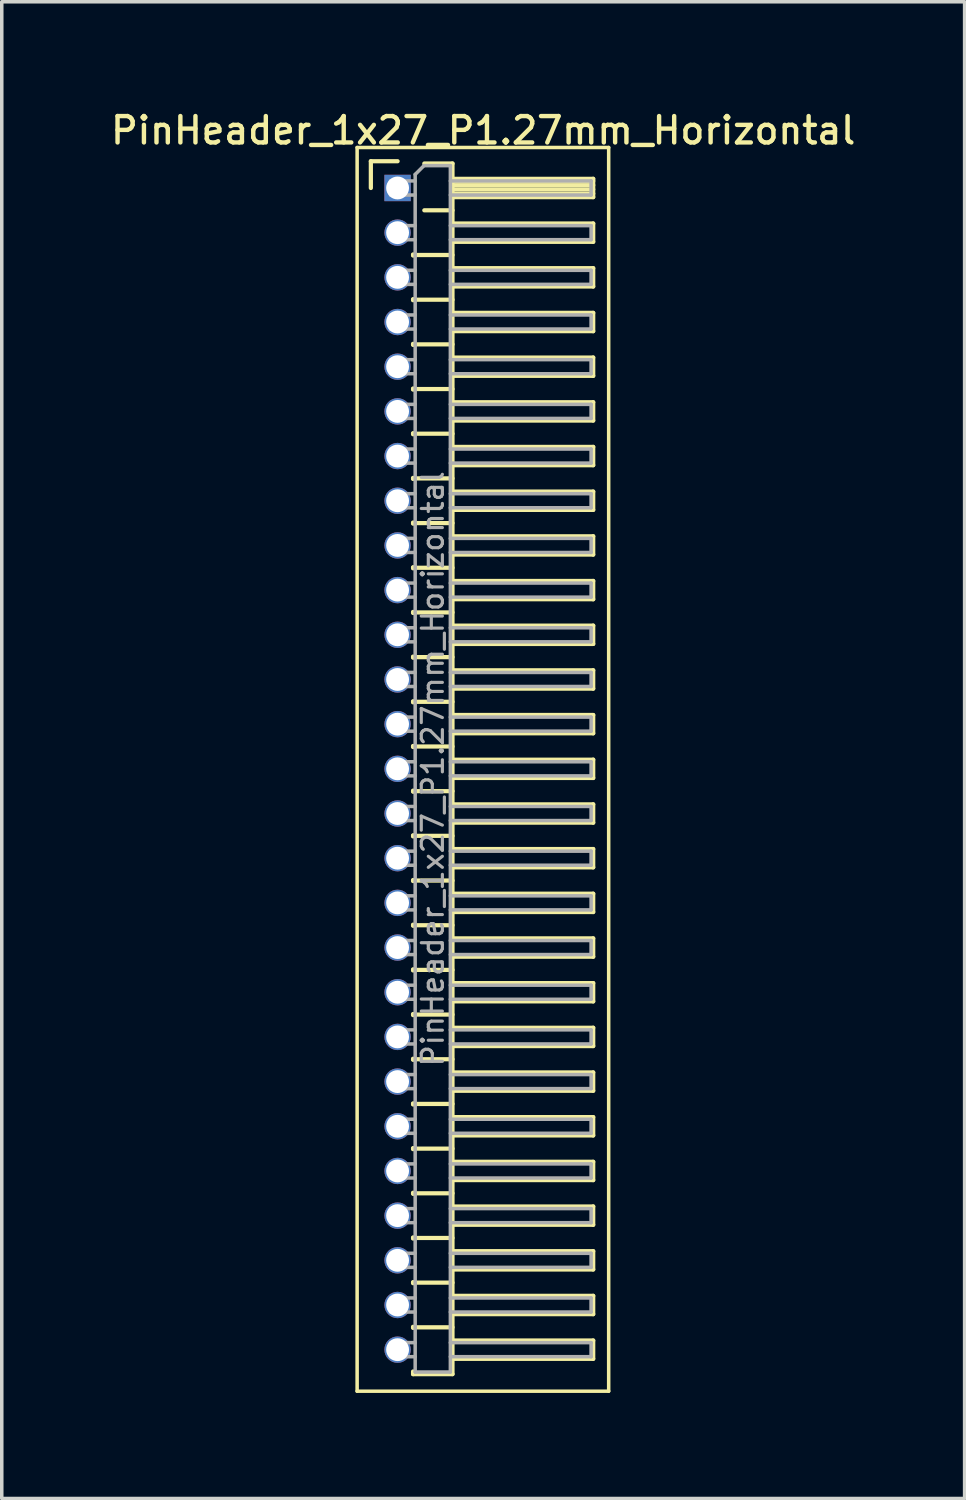
<source format=kicad_pcb>
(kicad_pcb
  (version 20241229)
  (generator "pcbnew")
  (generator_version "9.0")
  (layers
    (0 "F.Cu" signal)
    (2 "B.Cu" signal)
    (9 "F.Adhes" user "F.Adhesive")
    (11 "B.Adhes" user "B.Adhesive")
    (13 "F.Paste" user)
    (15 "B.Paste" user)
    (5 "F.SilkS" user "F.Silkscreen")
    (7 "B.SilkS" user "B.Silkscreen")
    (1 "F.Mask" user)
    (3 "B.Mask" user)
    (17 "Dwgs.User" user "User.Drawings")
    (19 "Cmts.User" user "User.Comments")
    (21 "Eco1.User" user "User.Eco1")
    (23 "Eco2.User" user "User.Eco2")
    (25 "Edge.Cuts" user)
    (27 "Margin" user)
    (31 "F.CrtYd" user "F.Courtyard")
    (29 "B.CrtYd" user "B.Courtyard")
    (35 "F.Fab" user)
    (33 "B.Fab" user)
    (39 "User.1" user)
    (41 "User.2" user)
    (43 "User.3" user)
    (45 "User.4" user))
  (footprint "PinHeader_1x27_P1.27mm_Horizontal"
    (layer "F.Cu")
    (at 8.251 2.293)
    (property "Reference" "PinHeader_1x27_P1.27mm_Horizontal" (at 2.433 -1.635 0) (layer "F.SilkS") (effects (font (size 0.75 0.75) (thickness 0.125))))
    (attr through_hole)
    (fp_line (start -1.15 -1.15) (end -1.15 34.2) (stroke (width 0.1) (type solid)) (layer "F.SilkS"))
    (fp_line (start -1.15 34.2) (end 6 34.2) (stroke (width 0.1) (type solid)) (layer "F.SilkS"))
    (fp_line (start -0.76 -0.76) (end 0 -0.76) (stroke (width 0.12) (type solid)) (layer "F.SilkS"))
    (fp_line (start -0.76 0) (end -0.76 -0.76) (stroke (width 0.12) (type solid)) (layer "F.SilkS"))
    (fp_line (start 0.44 1.89) (end 0.44 1.92) (stroke (width 0.12) (type solid)) (layer "F.SilkS"))
    (fp_line (start 0.44 1.905) (end 1.56 1.905) (stroke (width 0.12) (type solid)) (layer "F.SilkS"))
    (fp_line (start 0.44 3.16) (end 0.44 3.19) (stroke (width 0.12) (type solid)) (layer "F.SilkS"))
    (fp_line (start 0.44 3.175) (end 1.56 3.175) (stroke (width 0.12) (type solid)) (layer "F.SilkS"))
    (fp_line (start 0.44 4.43) (end 0.44 4.46) (stroke (width 0.12) (type solid)) (layer "F.SilkS"))
    (fp_line (start 0.44 4.445) (end 1.56 4.445) (stroke (width 0.12) (type solid)) (layer "F.SilkS"))
    (fp_line (start 0.44 5.7) (end 0.44 5.73) (stroke (width 0.12) (type solid)) (layer "F.SilkS"))
    (fp_line (start 0.44 5.715) (end 1.56 5.715) (stroke (width 0.12) (type solid)) (layer "F.SilkS"))
    (fp_line (start 0.44 6.97) (end 0.44 7) (stroke (width 0.12) (type solid)) (layer "F.SilkS"))
    (fp_line (start 0.44 6.985) (end 1.56 6.985) (stroke (width 0.12) (type solid)) (layer "F.SilkS"))
    (fp_line (start 0.44 8.24) (end 0.44 8.27) (stroke (width 0.12) (type solid)) (layer "F.SilkS"))
    (fp_line (start 0.44 8.255) (end 1.56 8.255) (stroke (width 0.12) (type solid)) (layer "F.SilkS"))
    (fp_line (start 0.44 9.51) (end 0.44 9.54) (stroke (width 0.12) (type solid)) (layer "F.SilkS"))
    (fp_line (start 0.44 9.525) (end 1.56 9.525) (stroke (width 0.12) (type solid)) (layer "F.SilkS"))
    (fp_line (start 0.44 10.78) (end 0.44 10.81) (stroke (width 0.12) (type solid)) (layer "F.SilkS"))
    (fp_line (start 0.44 10.795) (end 1.56 10.795) (stroke (width 0.12) (type solid)) (layer "F.SilkS"))
    (fp_line (start 0.44 12.05) (end 0.44 12.08) (stroke (width 0.12) (type solid)) (layer "F.SilkS"))
    (fp_line (start 0.44 12.065) (end 1.56 12.065) (stroke (width 0.12) (type solid)) (layer "F.SilkS"))
    (fp_line (start 0.44 13.32) (end 0.44 13.35) (stroke (width 0.12) (type solid)) (layer "F.SilkS"))
    (fp_line (start 0.44 13.335) (end 1.56 13.335) (stroke (width 0.12) (type solid)) (layer "F.SilkS"))
    (fp_line (start 0.44 14.59) (end 0.44 14.62) (stroke (width 0.12) (type solid)) (layer "F.SilkS"))
    (fp_line (start 0.44 14.605) (end 1.56 14.605) (stroke (width 0.12) (type solid)) (layer "F.SilkS"))
    (fp_line (start 0.44 15.86) (end 0.44 15.89) (stroke (width 0.12) (type solid)) (layer "F.SilkS"))
    (fp_line (start 0.44 15.875) (end 1.56 15.875) (stroke (width 0.12) (type solid)) (layer "F.SilkS"))
    (fp_line (start 0.44 17.13) (end 0.44 17.16) (stroke (width 0.12) (type solid)) (layer "F.SilkS"))
    (fp_line (start 0.44 17.145) (end 1.56 17.145) (stroke (width 0.12) (type solid)) (layer "F.SilkS"))
    (fp_line (start 0.44 18.4) (end 0.44 18.43) (stroke (width 0.12) (type solid)) (layer "F.SilkS"))
    (fp_line (start 0.44 18.415) (end 1.56 18.415) (stroke (width 0.12) (type solid)) (layer "F.SilkS"))
    (fp_line (start 0.44 19.67) (end 0.44 19.7) (stroke (width 0.12) (type solid)) (layer "F.SilkS"))
    (fp_line (start 0.44 19.685) (end 1.56 19.685) (stroke (width 0.12) (type solid)) (layer "F.SilkS"))
    (fp_line (start 0.44 20.94) (end 0.44 20.97) (stroke (width 0.12) (type solid)) (layer "F.SilkS"))
    (fp_line (start 0.44 20.955) (end 1.56 20.955) (stroke (width 0.12) (type solid)) (layer "F.SilkS"))
    (fp_line (start 0.44 22.21) (end 0.44 22.24) (stroke (width 0.12) (type solid)) (layer "F.SilkS"))
    (fp_line (start 0.44 22.225) (end 1.56 22.225) (stroke (width 0.12) (type solid)) (layer "F.SilkS"))
    (fp_line (start 0.44 23.48) (end 0.44 23.51) (stroke (width 0.12) (type solid)) (layer "F.SilkS"))
    (fp_line (start 0.44 23.495) (end 1.56 23.495) (stroke (width 0.12) (type solid)) (layer "F.SilkS"))
    (fp_line (start 0.44 24.75) (end 0.44 24.78) (stroke (width 0.12) (type solid)) (layer "F.SilkS"))
    (fp_line (start 0.44 24.765) (end 1.56 24.765) (stroke (width 0.12) (type solid)) (layer "F.SilkS"))
    (fp_line (start 0.44 26.02) (end 0.44 26.05) (stroke (width 0.12) (type solid)) (layer "F.SilkS"))
    (fp_line (start 0.44 26.035) (end 1.56 26.035) (stroke (width 0.12) (type solid)) (layer "F.SilkS"))
    (fp_line (start 0.44 27.29) (end 0.44 27.32) (stroke (width 0.12) (type solid)) (layer "F.SilkS"))
    (fp_line (start 0.44 27.305) (end 1.56 27.305) (stroke (width 0.12) (type solid)) (layer "F.SilkS"))
    (fp_line (start 0.44 28.56) (end 0.44 28.59) (stroke (width 0.12) (type solid)) (layer "F.SilkS"))
    (fp_line (start 0.44 28.575) (end 1.56 28.575) (stroke (width 0.12) (type solid)) (layer "F.SilkS"))
    (fp_line (start 0.44 29.83) (end 0.44 29.86) (stroke (width 0.12) (type solid)) (layer "F.SilkS"))
    (fp_line (start 0.44 29.845) (end 1.56 29.845) (stroke (width 0.12) (type solid)) (layer "F.SilkS"))
    (fp_line (start 0.44 31.1) (end 0.44 31.13) (stroke (width 0.12) (type solid)) (layer "F.SilkS"))
    (fp_line (start 0.44 31.115) (end 1.56 31.115) (stroke (width 0.12) (type solid)) (layer "F.SilkS"))
    (fp_line (start 0.44 32.37) (end 0.44 32.4) (stroke (width 0.12) (type solid)) (layer "F.SilkS"))
    (fp_line (start 0.44 32.385) (end 1.56 32.385) (stroke (width 0.12) (type solid)) (layer "F.SilkS"))
    (fp_line (start 0.44 33.715) (end 0.44 33.64) (stroke (width 0.12) (type solid)) (layer "F.SilkS"))
    (fp_line (start 0.76 -0.695) (end 1.56 -0.695) (stroke (width 0.12) (type solid)) (layer "F.SilkS"))
    (fp_line (start 0.76 0.635) (end 1.56 0.635) (stroke (width 0.12) (type solid)) (layer "F.SilkS"))
    (fp_line (start 1.56 -0.695) (end 1.56 33.715) (stroke (width 0.12) (type solid)) (layer "F.SilkS"))
    (fp_line (start 1.56 -0.26) (end 5.56 -0.26) (stroke (width 0.12) (type solid)) (layer "F.SilkS"))
    (fp_line (start 1.56 -0.2) (end 5.56 -0.2) (stroke (width 0.12) (type solid)) (layer "F.SilkS"))
    (fp_line (start 1.56 -0.08) (end 5.56 -0.08) (stroke (width 0.12) (type solid)) (layer "F.SilkS"))
    (fp_line (start 1.56 0.04) (end 5.56 0.04) (stroke (width 0.12) (type solid)) (layer "F.SilkS"))
    (fp_line (start 1.56 0.16) (end 5.56 0.16) (stroke (width 0.12) (type solid)) (layer "F.SilkS"))
    (fp_line (start 1.56 1.01) (end 5.56 1.01) (stroke (width 0.12) (type solid)) (layer "F.SilkS"))
    (fp_line (start 1.56 2.28) (end 5.56 2.28) (stroke (width 0.12) (type solid)) (layer "F.SilkS"))
    (fp_line (start 1.56 3.55) (end 5.56 3.55) (stroke (width 0.12) (type solid)) (layer "F.SilkS"))
    (fp_line (start 1.56 4.82) (end 5.56 4.82) (stroke (width 0.12) (type solid)) (layer "F.SilkS"))
    (fp_line (start 1.56 6.09) (end 5.56 6.09) (stroke (width 0.12) (type solid)) (layer "F.SilkS"))
    (fp_line (start 1.56 7.36) (end 5.56 7.36) (stroke (width 0.12) (type solid)) (layer "F.SilkS"))
    (fp_line (start 1.56 8.63) (end 5.56 8.63) (stroke (width 0.12) (type solid)) (layer "F.SilkS"))
    (fp_line (start 1.56 9.9) (end 5.56 9.9) (stroke (width 0.12) (type solid)) (layer "F.SilkS"))
    (fp_line (start 1.56 11.17) (end 5.56 11.17) (stroke (width 0.12) (type solid)) (layer "F.SilkS"))
    (fp_line (start 1.56 12.44) (end 5.56 12.44) (stroke (width 0.12) (type solid)) (layer "F.SilkS"))
    (fp_line (start 1.56 13.71) (end 5.56 13.71) (stroke (width 0.12) (type solid)) (layer "F.SilkS"))
    (fp_line (start 1.56 14.98) (end 5.56 14.98) (stroke (width 0.12) (type solid)) (layer "F.SilkS"))
    (fp_line (start 1.56 16.25) (end 5.56 16.25) (stroke (width 0.12) (type solid)) (layer "F.SilkS"))
    (fp_line (start 1.56 17.52) (end 5.56 17.52) (stroke (width 0.12) (type solid)) (layer "F.SilkS"))
    (fp_line (start 1.56 18.79) (end 5.56 18.79) (stroke (width 0.12) (type solid)) (layer "F.SilkS"))
    (fp_line (start 1.56 20.06) (end 5.56 20.06) (stroke (width 0.12) (type solid)) (layer "F.SilkS"))
    (fp_line (start 1.56 21.33) (end 5.56 21.33) (stroke (width 0.12) (type solid)) (layer "F.SilkS"))
    (fp_line (start 1.56 22.6) (end 5.56 22.6) (stroke (width 0.12) (type solid)) (layer "F.SilkS"))
    (fp_line (start 1.56 23.87) (end 5.56 23.87) (stroke (width 0.12) (type solid)) (layer "F.SilkS"))
    (fp_line (start 1.56 25.14) (end 5.56 25.14) (stroke (width 0.12) (type solid)) (layer "F.SilkS"))
    (fp_line (start 1.56 26.41) (end 5.56 26.41) (stroke (width 0.12) (type solid)) (layer "F.SilkS"))
    (fp_line (start 1.56 27.68) (end 5.56 27.68) (stroke (width 0.12) (type solid)) (layer "F.SilkS"))
    (fp_line (start 1.56 28.95) (end 5.56 28.95) (stroke (width 0.12) (type solid)) (layer "F.SilkS"))
    (fp_line (start 1.56 30.22) (end 5.56 30.22) (stroke (width 0.12) (type solid)) (layer "F.SilkS"))
    (fp_line (start 1.56 31.49) (end 5.56 31.49) (stroke (width 0.12) (type solid)) (layer "F.SilkS"))
    (fp_line (start 1.56 32.76) (end 5.56 32.76) (stroke (width 0.12) (type solid)) (layer "F.SilkS"))
    (fp_line (start 1.56 33.715) (end 0.44 33.715) (stroke (width 0.12) (type solid)) (layer "F.SilkS"))
    (fp_line (start 5.56 -0.26) (end 5.56 0.26) (stroke (width 0.12) (type solid)) (layer "F.SilkS"))
    (fp_line (start 5.56 0.26) (end 1.56 0.26) (stroke (width 0.12) (type solid)) (layer "F.SilkS"))
    (fp_line (start 5.56 1.01) (end 5.56 1.53) (stroke (width 0.12) (type solid)) (layer "F.SilkS"))
    (fp_line (start 5.56 1.53) (end 1.56 1.53) (stroke (width 0.12) (type solid)) (layer "F.SilkS"))
    (fp_line (start 5.56 2.28) (end 5.56 2.8) (stroke (width 0.12) (type solid)) (layer "F.SilkS"))
    (fp_line (start 5.56 2.8) (end 1.56 2.8) (stroke (width 0.12) (type solid)) (layer "F.SilkS"))
    (fp_line (start 5.56 3.55) (end 5.56 4.07) (stroke (width 0.12) (type solid)) (layer "F.SilkS"))
    (fp_line (start 5.56 4.07) (end 1.56 4.07) (stroke (width 0.12) (type solid)) (layer "F.SilkS"))
    (fp_line (start 5.56 4.82) (end 5.56 5.34) (stroke (width 0.12) (type solid)) (layer "F.SilkS"))
    (fp_line (start 5.56 5.34) (end 1.56 5.34) (stroke (width 0.12) (type solid)) (layer "F.SilkS"))
    (fp_line (start 5.56 6.09) (end 5.56 6.61) (stroke (width 0.12) (type solid)) (layer "F.SilkS"))
    (fp_line (start 5.56 6.61) (end 1.56 6.61) (stroke (width 0.12) (type solid)) (layer "F.SilkS"))
    (fp_line (start 5.56 7.36) (end 5.56 7.88) (stroke (width 0.12) (type solid)) (layer "F.SilkS"))
    (fp_line (start 5.56 7.88) (end 1.56 7.88) (stroke (width 0.12) (type solid)) (layer "F.SilkS"))
    (fp_line (start 5.56 8.63) (end 5.56 9.15) (stroke (width 0.12) (type solid)) (layer "F.SilkS"))
    (fp_line (start 5.56 9.15) (end 1.56 9.15) (stroke (width 0.12) (type solid)) (layer "F.SilkS"))
    (fp_line (start 5.56 9.9) (end 5.56 10.42) (stroke (width 0.12) (type solid)) (layer "F.SilkS"))
    (fp_line (start 5.56 10.42) (end 1.56 10.42) (stroke (width 0.12) (type solid)) (layer "F.SilkS"))
    (fp_line (start 5.56 11.17) (end 5.56 11.69) (stroke (width 0.12) (type solid)) (layer "F.SilkS"))
    (fp_line (start 5.56 11.69) (end 1.56 11.69) (stroke (width 0.12) (type solid)) (layer "F.SilkS"))
    (fp_line (start 5.56 12.44) (end 5.56 12.96) (stroke (width 0.12) (type solid)) (layer "F.SilkS"))
    (fp_line (start 5.56 12.96) (end 1.56 12.96) (stroke (width 0.12) (type solid)) (layer "F.SilkS"))
    (fp_line (start 5.56 13.71) (end 5.56 14.23) (stroke (width 0.12) (type solid)) (layer "F.SilkS"))
    (fp_line (start 5.56 14.23) (end 1.56 14.23) (stroke (width 0.12) (type solid)) (layer "F.SilkS"))
    (fp_line (start 5.56 14.98) (end 5.56 15.5) (stroke (width 0.12) (type solid)) (layer "F.SilkS"))
    (fp_line (start 5.56 15.5) (end 1.56 15.5) (stroke (width 0.12) (type solid)) (layer "F.SilkS"))
    (fp_line (start 5.56 16.25) (end 5.56 16.77) (stroke (width 0.12) (type solid)) (layer "F.SilkS"))
    (fp_line (start 5.56 16.77) (end 1.56 16.77) (stroke (width 0.12) (type solid)) (layer "F.SilkS"))
    (fp_line (start 5.56 17.52) (end 5.56 18.04) (stroke (width 0.12) (type solid)) (layer "F.SilkS"))
    (fp_line (start 5.56 18.04) (end 1.56 18.04) (stroke (width 0.12) (type solid)) (layer "F.SilkS"))
    (fp_line (start 5.56 18.79) (end 5.56 19.31) (stroke (width 0.12) (type solid)) (layer "F.SilkS"))
    (fp_line (start 5.56 19.31) (end 1.56 19.31) (stroke (width 0.12) (type solid)) (layer "F.SilkS"))
    (fp_line (start 5.56 20.06) (end 5.56 20.58) (stroke (width 0.12) (type solid)) (layer "F.SilkS"))
    (fp_line (start 5.56 20.58) (end 1.56 20.58) (stroke (width 0.12) (type solid)) (layer "F.SilkS"))
    (fp_line (start 5.56 21.33) (end 5.56 21.85) (stroke (width 0.12) (type solid)) (layer "F.SilkS"))
    (fp_line (start 5.56 21.85) (end 1.56 21.85) (stroke (width 0.12) (type solid)) (layer "F.SilkS"))
    (fp_line (start 5.56 22.6) (end 5.56 23.12) (stroke (width 0.12) (type solid)) (layer "F.SilkS"))
    (fp_line (start 5.56 23.12) (end 1.56 23.12) (stroke (width 0.12) (type solid)) (layer "F.SilkS"))
    (fp_line (start 5.56 23.87) (end 5.56 24.39) (stroke (width 0.12) (type solid)) (layer "F.SilkS"))
    (fp_line (start 5.56 24.39) (end 1.56 24.39) (stroke (width 0.12) (type solid)) (layer "F.SilkS"))
    (fp_line (start 5.56 25.14) (end 5.56 25.66) (stroke (width 0.12) (type solid)) (layer "F.SilkS"))
    (fp_line (start 5.56 25.66) (end 1.56 25.66) (stroke (width 0.12) (type solid)) (layer "F.SilkS"))
    (fp_line (start 5.56 26.41) (end 5.56 26.93) (stroke (width 0.12) (type solid)) (layer "F.SilkS"))
    (fp_line (start 5.56 26.93) (end 1.56 26.93) (stroke (width 0.12) (type solid)) (layer "F.SilkS"))
    (fp_line (start 5.56 27.68) (end 5.56 28.2) (stroke (width 0.12) (type solid)) (layer "F.SilkS"))
    (fp_line (start 5.56 28.2) (end 1.56 28.2) (stroke (width 0.12) (type solid)) (layer "F.SilkS"))
    (fp_line (start 5.56 28.95) (end 5.56 29.47) (stroke (width 0.12) (type solid)) (layer "F.SilkS"))
    (fp_line (start 5.56 29.47) (end 1.56 29.47) (stroke (width 0.12) (type solid)) (layer "F.SilkS"))
    (fp_line (start 5.56 30.22) (end 5.56 30.74) (stroke (width 0.12) (type solid)) (layer "F.SilkS"))
    (fp_line (start 5.56 30.74) (end 1.56 30.74) (stroke (width 0.12) (type solid)) (layer "F.SilkS"))
    (fp_line (start 5.56 31.49) (end 5.56 32.01) (stroke (width 0.12) (type solid)) (layer "F.SilkS"))
    (fp_line (start 5.56 32.01) (end 1.56 32.01) (stroke (width 0.12) (type solid)) (layer "F.SilkS"))
    (fp_line (start 5.56 32.76) (end 5.56 33.28) (stroke (width 0.12) (type solid)) (layer "F.SilkS"))
    (fp_line (start 5.56 33.28) (end 1.56 33.28) (stroke (width 0.12) (type solid)) (layer "F.SilkS"))
    (fp_line (start 6 -1.15) (end -1.15 -1.15) (stroke (width 0.1) (type solid)) (layer "F.SilkS"))
    (fp_line (start 6 34.2) (end 6 -1.15) (stroke (width 0.1) (type solid)) (layer "F.SilkS"))
    (fp_line (start -0.2 -0.2) (end -0.2 0.2) (stroke (width 0.1) (type solid)) (layer "F.Fab"))
    (fp_line (start -0.2 -0.2) (end 0.5 -0.2) (stroke (width 0.1) (type solid)) (layer "F.Fab"))
    (fp_line (start -0.2 0.2) (end 0.5 0.2) (stroke (width 0.1) (type solid)) (layer "F.Fab"))
    (fp_line (start -0.2 1.07) (end -0.2 1.47) (stroke (width 0.1) (type solid)) (layer "F.Fab"))
    (fp_line (start -0.2 1.07) (end 0.5 1.07) (stroke (width 0.1) (type solid)) (layer "F.Fab"))
    (fp_line (start -0.2 1.47) (end 0.5 1.47) (stroke (width 0.1) (type solid)) (layer "F.Fab"))
    (fp_line (start -0.2 2.34) (end -0.2 2.74) (stroke (width 0.1) (type solid)) (layer "F.Fab"))
    (fp_line (start -0.2 2.34) (end 0.5 2.34) (stroke (width 0.1) (type solid)) (layer "F.Fab"))
    (fp_line (start -0.2 2.74) (end 0.5 2.74) (stroke (width 0.1) (type solid)) (layer "F.Fab"))
    (fp_line (start -0.2 3.61) (end -0.2 4.01) (stroke (width 0.1) (type solid)) (layer "F.Fab"))
    (fp_line (start -0.2 3.61) (end 0.5 3.61) (stroke (width 0.1) (type solid)) (layer "F.Fab"))
    (fp_line (start -0.2 4.01) (end 0.5 4.01) (stroke (width 0.1) (type solid)) (layer "F.Fab"))
    (fp_line (start -0.2 4.88) (end -0.2 5.28) (stroke (width 0.1) (type solid)) (layer "F.Fab"))
    (fp_line (start -0.2 4.88) (end 0.5 4.88) (stroke (width 0.1) (type solid)) (layer "F.Fab"))
    (fp_line (start -0.2 5.28) (end 0.5 5.28) (stroke (width 0.1) (type solid)) (layer "F.Fab"))
    (fp_line (start -0.2 6.15) (end -0.2 6.55) (stroke (width 0.1) (type solid)) (layer "F.Fab"))
    (fp_line (start -0.2 6.15) (end 0.5 6.15) (stroke (width 0.1) (type solid)) (layer "F.Fab"))
    (fp_line (start -0.2 6.55) (end 0.5 6.55) (stroke (width 0.1) (type solid)) (layer "F.Fab"))
    (fp_line (start -0.2 7.42) (end -0.2 7.82) (stroke (width 0.1) (type solid)) (layer "F.Fab"))
    (fp_line (start -0.2 7.42) (end 0.5 7.42) (stroke (width 0.1) (type solid)) (layer "F.Fab"))
    (fp_line (start -0.2 7.82) (end 0.5 7.82) (stroke (width 0.1) (type solid)) (layer "F.Fab"))
    (fp_line (start -0.2 8.69) (end -0.2 9.09) (stroke (width 0.1) (type solid)) (layer "F.Fab"))
    (fp_line (start -0.2 8.69) (end 0.5 8.69) (stroke (width 0.1) (type solid)) (layer "F.Fab"))
    (fp_line (start -0.2 9.09) (end 0.5 9.09) (stroke (width 0.1) (type solid)) (layer "F.Fab"))
    (fp_line (start -0.2 9.96) (end -0.2 10.36) (stroke (width 0.1) (type solid)) (layer "F.Fab"))
    (fp_line (start -0.2 9.96) (end 0.5 9.96) (stroke (width 0.1) (type solid)) (layer "F.Fab"))
    (fp_line (start -0.2 10.36) (end 0.5 10.36) (stroke (width 0.1) (type solid)) (layer "F.Fab"))
    (fp_line (start -0.2 11.23) (end -0.2 11.63) (stroke (width 0.1) (type solid)) (layer "F.Fab"))
    (fp_line (start -0.2 11.23) (end 0.5 11.23) (stroke (width 0.1) (type solid)) (layer "F.Fab"))
    (fp_line (start -0.2 11.63) (end 0.5 11.63) (stroke (width 0.1) (type solid)) (layer "F.Fab"))
    (fp_line (start -0.2 12.5) (end -0.2 12.9) (stroke (width 0.1) (type solid)) (layer "F.Fab"))
    (fp_line (start -0.2 12.5) (end 0.5 12.5) (stroke (width 0.1) (type solid)) (layer "F.Fab"))
    (fp_line (start -0.2 12.9) (end 0.5 12.9) (stroke (width 0.1) (type solid)) (layer "F.Fab"))
    (fp_line (start -0.2 13.77) (end -0.2 14.17) (stroke (width 0.1) (type solid)) (layer "F.Fab"))
    (fp_line (start -0.2 13.77) (end 0.5 13.77) (stroke (width 0.1) (type solid)) (layer "F.Fab"))
    (fp_line (start -0.2 14.17) (end 0.5 14.17) (stroke (width 0.1) (type solid)) (layer "F.Fab"))
    (fp_line (start -0.2 15.04) (end -0.2 15.44) (stroke (width 0.1) (type solid)) (layer "F.Fab"))
    (fp_line (start -0.2 15.04) (end 0.5 15.04) (stroke (width 0.1) (type solid)) (layer "F.Fab"))
    (fp_line (start -0.2 15.44) (end 0.5 15.44) (stroke (width 0.1) (type solid)) (layer "F.Fab"))
    (fp_line (start -0.2 16.31) (end -0.2 16.71) (stroke (width 0.1) (type solid)) (layer "F.Fab"))
    (fp_line (start -0.2 16.31) (end 0.5 16.31) (stroke (width 0.1) (type solid)) (layer "F.Fab"))
    (fp_line (start -0.2 16.71) (end 0.5 16.71) (stroke (width 0.1) (type solid)) (layer "F.Fab"))
    (fp_line (start -0.2 17.58) (end -0.2 17.98) (stroke (width 0.1) (type solid)) (layer "F.Fab"))
    (fp_line (start -0.2 17.58) (end 0.5 17.58) (stroke (width 0.1) (type solid)) (layer "F.Fab"))
    (fp_line (start -0.2 17.98) (end 0.5 17.98) (stroke (width 0.1) (type solid)) (layer "F.Fab"))
    (fp_line (start -0.2 18.85) (end -0.2 19.25) (stroke (width 0.1) (type solid)) (layer "F.Fab"))
    (fp_line (start -0.2 18.85) (end 0.5 18.85) (stroke (width 0.1) (type solid)) (layer "F.Fab"))
    (fp_line (start -0.2 19.25) (end 0.5 19.25) (stroke (width 0.1) (type solid)) (layer "F.Fab"))
    (fp_line (start -0.2 20.12) (end -0.2 20.52) (stroke (width 0.1) (type solid)) (layer "F.Fab"))
    (fp_line (start -0.2 20.12) (end 0.5 20.12) (stroke (width 0.1) (type solid)) (layer "F.Fab"))
    (fp_line (start -0.2 20.52) (end 0.5 20.52) (stroke (width 0.1) (type solid)) (layer "F.Fab"))
    (fp_line (start -0.2 21.39) (end -0.2 21.79) (stroke (width 0.1) (type solid)) (layer "F.Fab"))
    (fp_line (start -0.2 21.39) (end 0.5 21.39) (stroke (width 0.1) (type solid)) (layer "F.Fab"))
    (fp_line (start -0.2 21.79) (end 0.5 21.79) (stroke (width 0.1) (type solid)) (layer "F.Fab"))
    (fp_line (start -0.2 22.66) (end -0.2 23.06) (stroke (width 0.1) (type solid)) (layer "F.Fab"))
    (fp_line (start -0.2 22.66) (end 0.5 22.66) (stroke (width 0.1) (type solid)) (layer "F.Fab"))
    (fp_line (start -0.2 23.06) (end 0.5 23.06) (stroke (width 0.1) (type solid)) (layer "F.Fab"))
    (fp_line (start -0.2 23.93) (end -0.2 24.33) (stroke (width 0.1) (type solid)) (layer "F.Fab"))
    (fp_line (start -0.2 23.93) (end 0.5 23.93) (stroke (width 0.1) (type solid)) (layer "F.Fab"))
    (fp_line (start -0.2 24.33) (end 0.5 24.33) (stroke (width 0.1) (type solid)) (layer "F.Fab"))
    (fp_line (start -0.2 25.2) (end -0.2 25.6) (stroke (width 0.1) (type solid)) (layer "F.Fab"))
    (fp_line (start -0.2 25.2) (end 0.5 25.2) (stroke (width 0.1) (type solid)) (layer "F.Fab"))
    (fp_line (start -0.2 25.6) (end 0.5 25.6) (stroke (width 0.1) (type solid)) (layer "F.Fab"))
    (fp_line (start -0.2 26.47) (end -0.2 26.87) (stroke (width 0.1) (type solid)) (layer "F.Fab"))
    (fp_line (start -0.2 26.47) (end 0.5 26.47) (stroke (width 0.1) (type solid)) (layer "F.Fab"))
    (fp_line (start -0.2 26.87) (end 0.5 26.87) (stroke (width 0.1) (type solid)) (layer "F.Fab"))
    (fp_line (start -0.2 27.74) (end -0.2 28.14) (stroke (width 0.1) (type solid)) (layer "F.Fab"))
    (fp_line (start -0.2 27.74) (end 0.5 27.74) (stroke (width 0.1) (type solid)) (layer "F.Fab"))
    (fp_line (start -0.2 28.14) (end 0.5 28.14) (stroke (width 0.1) (type solid)) (layer "F.Fab"))
    (fp_line (start -0.2 29.01) (end -0.2 29.41) (stroke (width 0.1) (type solid)) (layer "F.Fab"))
    (fp_line (start -0.2 29.01) (end 0.5 29.01) (stroke (width 0.1) (type solid)) (layer "F.Fab"))
    (fp_line (start -0.2 29.41) (end 0.5 29.41) (stroke (width 0.1) (type solid)) (layer "F.Fab"))
    (fp_line (start -0.2 30.28) (end -0.2 30.68) (stroke (width 0.1) (type solid)) (layer "F.Fab"))
    (fp_line (start -0.2 30.28) (end 0.5 30.28) (stroke (width 0.1) (type solid)) (layer "F.Fab"))
    (fp_line (start -0.2 30.68) (end 0.5 30.68) (stroke (width 0.1) (type solid)) (layer "F.Fab"))
    (fp_line (start -0.2 31.55) (end -0.2 31.95) (stroke (width 0.1) (type solid)) (layer "F.Fab"))
    (fp_line (start -0.2 31.55) (end 0.5 31.55) (stroke (width 0.1) (type solid)) (layer "F.Fab"))
    (fp_line (start -0.2 31.95) (end 0.5 31.95) (stroke (width 0.1) (type solid)) (layer "F.Fab"))
    (fp_line (start -0.2 32.82) (end -0.2 33.22) (stroke (width 0.1) (type solid)) (layer "F.Fab"))
    (fp_line (start -0.2 32.82) (end 0.5 32.82) (stroke (width 0.1) (type solid)) (layer "F.Fab"))
    (fp_line (start -0.2 33.22) (end 0.5 33.22) (stroke (width 0.1) (type solid)) (layer "F.Fab"))
    (fp_line (start 0.5 -0.385) (end 0.75 -0.635) (stroke (width 0.1) (type solid)) (layer "F.Fab"))
    (fp_line (start 0.5 33.655) (end 0.5 -0.385) (stroke (width 0.1) (type solid)) (layer "F.Fab"))
    (fp_line (start 0.75 -0.635) (end 1.5 -0.635) (stroke (width 0.1) (type solid)) (layer "F.Fab"))
    (fp_line (start 1.5 -0.635) (end 1.5 33.655) (stroke (width 0.1) (type solid)) (layer "F.Fab"))
    (fp_line (start 1.5 -0.2) (end 5.5 -0.2) (stroke (width 0.1) (type solid)) (layer "F.Fab"))
    (fp_line (start 1.5 0.2) (end 5.5 0.2) (stroke (width 0.1) (type solid)) (layer "F.Fab"))
    (fp_line (start 1.5 1.07) (end 5.5 1.07) (stroke (width 0.1) (type solid)) (layer "F.Fab"))
    (fp_line (start 1.5 1.47) (end 5.5 1.47) (stroke (width 0.1) (type solid)) (layer "F.Fab"))
    (fp_line (start 1.5 2.34) (end 5.5 2.34) (stroke (width 0.1) (type solid)) (layer "F.Fab"))
    (fp_line (start 1.5 2.74) (end 5.5 2.74) (stroke (width 0.1) (type solid)) (layer "F.Fab"))
    (fp_line (start 1.5 3.61) (end 5.5 3.61) (stroke (width 0.1) (type solid)) (layer "F.Fab"))
    (fp_line (start 1.5 4.01) (end 5.5 4.01) (stroke (width 0.1) (type solid)) (layer "F.Fab"))
    (fp_line (start 1.5 4.88) (end 5.5 4.88) (stroke (width 0.1) (type solid)) (layer "F.Fab"))
    (fp_line (start 1.5 5.28) (end 5.5 5.28) (stroke (width 0.1) (type solid)) (layer "F.Fab"))
    (fp_line (start 1.5 6.15) (end 5.5 6.15) (stroke (width 0.1) (type solid)) (layer "F.Fab"))
    (fp_line (start 1.5 6.55) (end 5.5 6.55) (stroke (width 0.1) (type solid)) (layer "F.Fab"))
    (fp_line (start 1.5 7.42) (end 5.5 7.42) (stroke (width 0.1) (type solid)) (layer "F.Fab"))
    (fp_line (start 1.5 7.82) (end 5.5 7.82) (stroke (width 0.1) (type solid)) (layer "F.Fab"))
    (fp_line (start 1.5 8.69) (end 5.5 8.69) (stroke (width 0.1) (type solid)) (layer "F.Fab"))
    (fp_line (start 1.5 9.09) (end 5.5 9.09) (stroke (width 0.1) (type solid)) (layer "F.Fab"))
    (fp_line (start 1.5 9.96) (end 5.5 9.96) (stroke (width 0.1) (type solid)) (layer "F.Fab"))
    (fp_line (start 1.5 10.36) (end 5.5 10.36) (stroke (width 0.1) (type solid)) (layer "F.Fab"))
    (fp_line (start 1.5 11.23) (end 5.5 11.23) (stroke (width 0.1) (type solid)) (layer "F.Fab"))
    (fp_line (start 1.5 11.63) (end 5.5 11.63) (stroke (width 0.1) (type solid)) (layer "F.Fab"))
    (fp_line (start 1.5 12.5) (end 5.5 12.5) (stroke (width 0.1) (type solid)) (layer "F.Fab"))
    (fp_line (start 1.5 12.9) (end 5.5 12.9) (stroke (width 0.1) (type solid)) (layer "F.Fab"))
    (fp_line (start 1.5 13.77) (end 5.5 13.77) (stroke (width 0.1) (type solid)) (layer "F.Fab"))
    (fp_line (start 1.5 14.17) (end 5.5 14.17) (stroke (width 0.1) (type solid)) (layer "F.Fab"))
    (fp_line (start 1.5 15.04) (end 5.5 15.04) (stroke (width 0.1) (type solid)) (layer "F.Fab"))
    (fp_line (start 1.5 15.44) (end 5.5 15.44) (stroke (width 0.1) (type solid)) (layer "F.Fab"))
    (fp_line (start 1.5 16.31) (end 5.5 16.31) (stroke (width 0.1) (type solid)) (layer "F.Fab"))
    (fp_line (start 1.5 16.71) (end 5.5 16.71) (stroke (width 0.1) (type solid)) (layer "F.Fab"))
    (fp_line (start 1.5 17.58) (end 5.5 17.58) (stroke (width 0.1) (type solid)) (layer "F.Fab"))
    (fp_line (start 1.5 17.98) (end 5.5 17.98) (stroke (width 0.1) (type solid)) (layer "F.Fab"))
    (fp_line (start 1.5 18.85) (end 5.5 18.85) (stroke (width 0.1) (type solid)) (layer "F.Fab"))
    (fp_line (start 1.5 19.25) (end 5.5 19.25) (stroke (width 0.1) (type solid)) (layer "F.Fab"))
    (fp_line (start 1.5 20.12) (end 5.5 20.12) (stroke (width 0.1) (type solid)) (layer "F.Fab"))
    (fp_line (start 1.5 20.52) (end 5.5 20.52) (stroke (width 0.1) (type solid)) (layer "F.Fab"))
    (fp_line (start 1.5 21.39) (end 5.5 21.39) (stroke (width 0.1) (type solid)) (layer "F.Fab"))
    (fp_line (start 1.5 21.79) (end 5.5 21.79) (stroke (width 0.1) (type solid)) (layer "F.Fab"))
    (fp_line (start 1.5 22.66) (end 5.5 22.66) (stroke (width 0.1) (type solid)) (layer "F.Fab"))
    (fp_line (start 1.5 23.06) (end 5.5 23.06) (stroke (width 0.1) (type solid)) (layer "F.Fab"))
    (fp_line (start 1.5 23.93) (end 5.5 23.93) (stroke (width 0.1) (type solid)) (layer "F.Fab"))
    (fp_line (start 1.5 24.33) (end 5.5 24.33) (stroke (width 0.1) (type solid)) (layer "F.Fab"))
    (fp_line (start 1.5 25.2) (end 5.5 25.2) (stroke (width 0.1) (type solid)) (layer "F.Fab"))
    (fp_line (start 1.5 25.6) (end 5.5 25.6) (stroke (width 0.1) (type solid)) (layer "F.Fab"))
    (fp_line (start 1.5 26.47) (end 5.5 26.47) (stroke (width 0.1) (type solid)) (layer "F.Fab"))
    (fp_line (start 1.5 26.87) (end 5.5 26.87) (stroke (width 0.1) (type solid)) (layer "F.Fab"))
    (fp_line (start 1.5 27.74) (end 5.5 27.74) (stroke (width 0.1) (type solid)) (layer "F.Fab"))
    (fp_line (start 1.5 28.14) (end 5.5 28.14) (stroke (width 0.1) (type solid)) (layer "F.Fab"))
    (fp_line (start 1.5 29.01) (end 5.5 29.01) (stroke (width 0.1) (type solid)) (layer "F.Fab"))
    (fp_line (start 1.5 29.41) (end 5.5 29.41) (stroke (width 0.1) (type solid)) (layer "F.Fab"))
    (fp_line (start 1.5 30.28) (end 5.5 30.28) (stroke (width 0.1) (type solid)) (layer "F.Fab"))
    (fp_line (start 1.5 30.68) (end 5.5 30.68) (stroke (width 0.1) (type solid)) (layer "F.Fab"))
    (fp_line (start 1.5 31.55) (end 5.5 31.55) (stroke (width 0.1) (type solid)) (layer "F.Fab"))
    (fp_line (start 1.5 31.95) (end 5.5 31.95) (stroke (width 0.1) (type solid)) (layer "F.Fab"))
    (fp_line (start 1.5 32.82) (end 5.5 32.82) (stroke (width 0.1) (type solid)) (layer "F.Fab"))
    (fp_line (start 1.5 33.22) (end 5.5 33.22) (stroke (width 0.1) (type solid)) (layer "F.Fab"))
    (fp_line (start 1.5 33.655) (end 0.5 33.655) (stroke (width 0.1) (type solid)) (layer "F.Fab"))
    (fp_line (start 5.5 -0.2) (end 5.5 0.2) (stroke (width 0.1) (type solid)) (layer "F.Fab"))
    (fp_line (start 5.5 1.07) (end 5.5 1.47) (stroke (width 0.1) (type solid)) (layer "F.Fab"))
    (fp_line (start 5.5 2.34) (end 5.5 2.74) (stroke (width 0.1) (type solid)) (layer "F.Fab"))
    (fp_line (start 5.5 3.61) (end 5.5 4.01) (stroke (width 0.1) (type solid)) (layer "F.Fab"))
    (fp_line (start 5.5 4.88) (end 5.5 5.28) (stroke (width 0.1) (type solid)) (layer "F.Fab"))
    (fp_line (start 5.5 6.15) (end 5.5 6.55) (stroke (width 0.1) (type solid)) (layer "F.Fab"))
    (fp_line (start 5.5 7.42) (end 5.5 7.82) (stroke (width 0.1) (type solid)) (layer "F.Fab"))
    (fp_line (start 5.5 8.69) (end 5.5 9.09) (stroke (width 0.1) (type solid)) (layer "F.Fab"))
    (fp_line (start 5.5 9.96) (end 5.5 10.36) (stroke (width 0.1) (type solid)) (layer "F.Fab"))
    (fp_line (start 5.5 11.23) (end 5.5 11.63) (stroke (width 0.1) (type solid)) (layer "F.Fab"))
    (fp_line (start 5.5 12.5) (end 5.5 12.9) (stroke (width 0.1) (type solid)) (layer "F.Fab"))
    (fp_line (start 5.5 13.77) (end 5.5 14.17) (stroke (width 0.1) (type solid)) (layer "F.Fab"))
    (fp_line (start 5.5 15.04) (end 5.5 15.44) (stroke (width 0.1) (type solid)) (layer "F.Fab"))
    (fp_line (start 5.5 16.31) (end 5.5 16.71) (stroke (width 0.1) (type solid)) (layer "F.Fab"))
    (fp_line (start 5.5 17.58) (end 5.5 17.98) (stroke (width 0.1) (type solid)) (layer "F.Fab"))
    (fp_line (start 5.5 18.85) (end 5.5 19.25) (stroke (width 0.1) (type solid)) (layer "F.Fab"))
    (fp_line (start 5.5 20.12) (end 5.5 20.52) (stroke (width 0.1) (type solid)) (layer "F.Fab"))
    (fp_line (start 5.5 21.39) (end 5.5 21.79) (stroke (width 0.1) (type solid)) (layer "F.Fab"))
    (fp_line (start 5.5 22.66) (end 5.5 23.06) (stroke (width 0.1) (type solid)) (layer "F.Fab"))
    (fp_line (start 5.5 23.93) (end 5.5 24.33) (stroke (width 0.1) (type solid)) (layer "F.Fab"))
    (fp_line (start 5.5 25.2) (end 5.5 25.6) (stroke (width 0.1) (type solid)) (layer "F.Fab"))
    (fp_line (start 5.5 26.47) (end 5.5 26.87) (stroke (width 0.1) (type solid)) (layer "F.Fab"))
    (fp_line (start 5.5 27.74) (end 5.5 28.14) (stroke (width 0.1) (type solid)) (layer "F.Fab"))
    (fp_line (start 5.5 29.01) (end 5.5 29.41) (stroke (width 0.1) (type solid)) (layer "F.Fab"))
    (fp_line (start 5.5 30.28) (end 5.5 30.68) (stroke (width 0.1) (type solid)) (layer "F.Fab"))
    (fp_line (start 5.5 31.55) (end 5.5 31.95) (stroke (width 0.1) (type solid)) (layer "F.Fab"))
    (fp_line (start 5.5 32.82) (end 5.5 33.22) (stroke (width 0.1) (type solid)) (layer "F.Fab"))
    (fp_text user "${REFERENCE}" (at 1 16.51 90) (layer "F.Fab") (effects (font (size 0.6 0.6) (thickness 0.09))))
    (pad "1" thru_hole rect (at 0 0) (size 0.75 0.75) (drill 0.65) (layers "*.Cu" "*.Mask"))
    (pad "2" thru_hole oval (at 0 1.27) (size 0.75 0.75) (drill 0.65) (layers "*.Cu" "*.Mask"))
    (pad "3" thru_hole oval (at 0 2.54) (size 0.75 0.75) (drill 0.65) (layers "*.Cu" "*.Mask"))
    (pad "4" thru_hole oval (at 0 3.81) (size 0.75 0.75) (drill 0.65) (layers "*.Cu" "*.Mask"))
    (pad "5" thru_hole oval (at 0 5.08) (size 0.75 0.75) (drill 0.65) (layers "*.Cu" "*.Mask"))
    (pad "6" thru_hole oval (at 0 6.35) (size 0.75 0.75) (drill 0.65) (layers "*.Cu" "*.Mask"))
    (pad "7" thru_hole oval (at 0 7.62) (size 0.75 0.75) (drill 0.65) (layers "*.Cu" "*.Mask"))
    (pad "8" thru_hole oval (at 0 8.89) (size 0.75 0.75) (drill 0.65) (layers "*.Cu" "*.Mask"))
    (pad "9" thru_hole oval (at 0 10.16) (size 0.75 0.75) (drill 0.65) (layers "*.Cu" "*.Mask"))
    (pad "10" thru_hole oval (at 0 11.43) (size 0.75 0.75) (drill 0.65) (layers "*.Cu" "*.Mask"))
    (pad "11" thru_hole oval (at 0 12.7) (size 0.75 0.75) (drill 0.65) (layers "*.Cu" "*.Mask"))
    (pad "12" thru_hole oval (at 0 13.97) (size 0.75 0.75) (drill 0.65) (layers "*.Cu" "*.Mask"))
    (pad "13" thru_hole oval (at 0 15.24) (size 0.75 0.75) (drill 0.65) (layers "*.Cu" "*.Mask"))
    (pad "14" thru_hole oval (at 0 16.51) (size 0.75 0.75) (drill 0.65) (layers "*.Cu" "*.Mask"))
    (pad "15" thru_hole oval (at 0 17.78) (size 0.75 0.75) (drill 0.65) (layers "*.Cu" "*.Mask"))
    (pad "16" thru_hole oval (at 0 19.05) (size 0.75 0.75) (drill 0.65) (layers "*.Cu" "*.Mask"))
    (pad "17" thru_hole oval (at 0 20.32) (size 0.75 0.75) (drill 0.65) (layers "*.Cu" "*.Mask"))
    (pad "18" thru_hole oval (at 0 21.59) (size 0.75 0.75) (drill 0.65) (layers "*.Cu" "*.Mask"))
    (pad "19" thru_hole oval (at 0 22.86) (size 0.75 0.75) (drill 0.65) (layers "*.Cu" "*.Mask"))
    (pad "20" thru_hole oval (at 0 24.13) (size 0.75 0.75) (drill 0.65) (layers "*.Cu" "*.Mask"))
    (pad "21" thru_hole oval (at 0 25.4) (size 0.75 0.75) (drill 0.65) (layers "*.Cu" "*.Mask"))
    (pad "22" thru_hole oval (at 0 26.67) (size 0.75 0.75) (drill 0.65) (layers "*.Cu" "*.Mask"))
    (pad "23" thru_hole oval (at 0 27.94) (size 0.75 0.75) (drill 0.65) (layers "*.Cu" "*.Mask"))
    (pad "24" thru_hole oval (at 0 29.21) (size 0.75 0.75) (drill 0.65) (layers "*.Cu" "*.Mask"))
    (pad "25" thru_hole oval (at 0 30.48) (size 0.75 0.75) (drill 0.65) (layers "*.Cu" "*.Mask"))
    (pad "26" thru_hole oval (at 0 31.75) (size 0.75 0.75) (drill 0.65) (layers "*.Cu" "*.Mask"))
    (pad "27" thru_hole oval (at 0 33.02) (size 0.75 0.75) (drill 0.65) (layers "*.Cu" "*.Mask")))
  (gr_rect
    (start -3 -3)
    (end 24.368 39.543)
    (stroke (width 0.1) (type default))
    (fill no)
    (layer "Edge.Cuts")))
</source>
